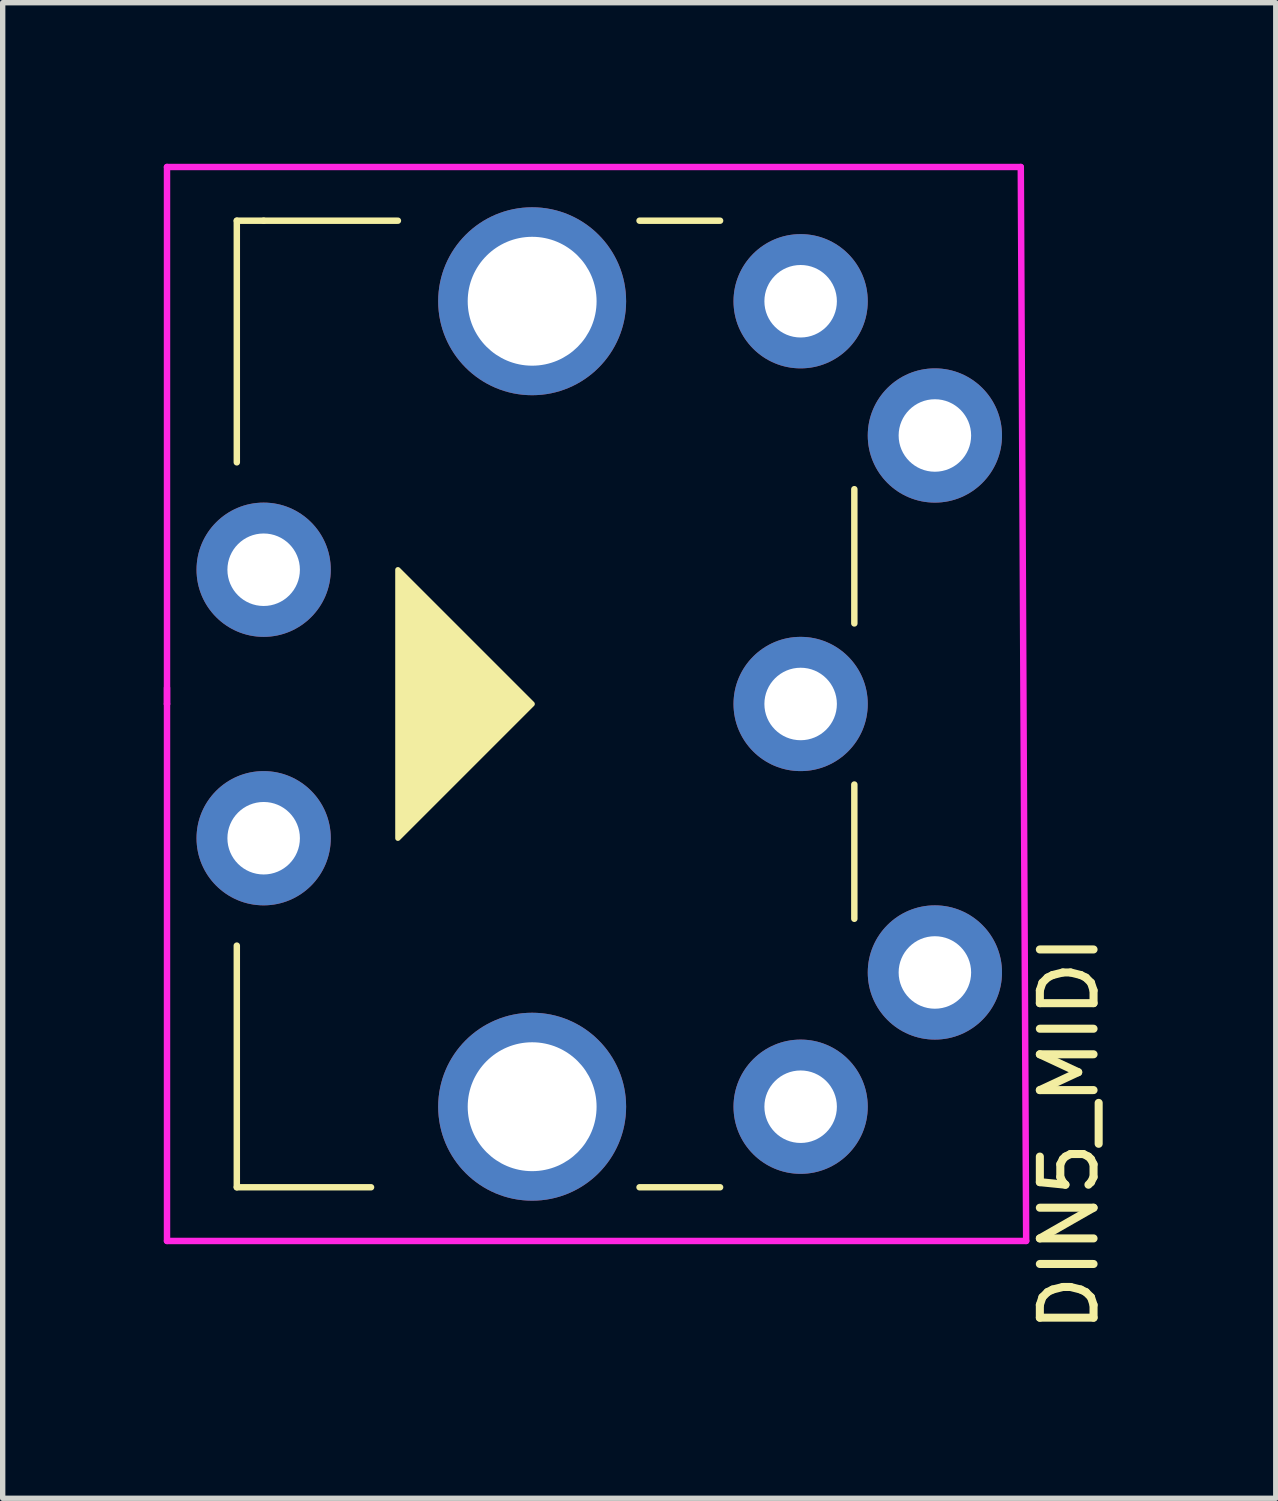
<source format=kicad_pcb>
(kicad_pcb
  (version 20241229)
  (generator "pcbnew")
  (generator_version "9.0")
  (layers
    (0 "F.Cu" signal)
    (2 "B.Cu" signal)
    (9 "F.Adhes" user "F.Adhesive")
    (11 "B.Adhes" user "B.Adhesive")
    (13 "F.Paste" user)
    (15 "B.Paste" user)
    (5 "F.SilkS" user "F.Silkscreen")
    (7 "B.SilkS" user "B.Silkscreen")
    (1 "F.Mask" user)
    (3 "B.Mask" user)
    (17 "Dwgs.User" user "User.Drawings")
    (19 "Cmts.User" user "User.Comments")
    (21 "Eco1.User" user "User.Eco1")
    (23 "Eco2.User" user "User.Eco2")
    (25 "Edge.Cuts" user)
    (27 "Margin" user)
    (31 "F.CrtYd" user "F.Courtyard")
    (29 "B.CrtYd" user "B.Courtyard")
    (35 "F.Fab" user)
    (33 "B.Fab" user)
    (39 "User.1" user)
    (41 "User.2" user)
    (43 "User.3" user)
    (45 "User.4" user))
  (footprint "DIN5_MIDI"
    (layer "F.Cu")
    (at 11.86 10.06)
    (property "Reference" "DIN5_MIDI" (at 5 8 90) (layer "F.SilkS") (effects (font (size 1 1) (thickness 0.15))))
    (attr through_hole)
    (fp_line (start -10.5 -9) (end -10.5 -4.5) (stroke (width 0.12) (type solid)) (layer "F.SilkS"))
    (fp_line (start -10.5 9) (end -10.5 4.5) (stroke (width 0.12) (type solid)) (layer "F.SilkS"))
    (fp_line (start -10.5 9) (end -8 9) (stroke (width 0.12) (type solid)) (layer "F.SilkS"))
    (fp_line (start -10 -9) (end -10.5 -9) (stroke (width 0.12) (type solid)) (layer "F.SilkS"))
    (fp_line (start -10 -9) (end -7.5 -9) (stroke (width 0.12) (type solid)) (layer "F.SilkS"))
    (fp_line (start -3 -9) (end -1.5 -9) (stroke (width 0.12) (type solid)) (layer "F.SilkS"))
    (fp_line (start -3 9) (end -1.5 9) (stroke (width 0.12) (type solid)) (layer "F.SilkS"))
    (fp_line (start 1 -4) (end 1 -1.5) (stroke (width 0.12) (type solid)) (layer "F.SilkS"))
    (fp_line (start 1 1.5) (end 1 4) (stroke (width 0.12) (type solid)) (layer "F.SilkS"))
    (fp_poly (pts (xy -5 0) (xy -7.5 2.5) (xy -7.5 -2.5)) (stroke (width 0.1) (type solid)) (fill yes) (layer "F.SilkS"))
    (fp_line (start -11.8 0) (end -11.8 -10) (stroke (width 0.12) (type solid)) (layer "F.CrtYd"))
    (fp_line (start -11.8 0) (end -11.8 -0.3) (stroke (width 0.12) (type solid)) (layer "F.CrtYd"))
    (fp_line (start -11.8 0) (end -11.8 10) (stroke (width 0.12) (type solid)) (layer "F.CrtYd"))
    (fp_line (start -11.8 10) (end 4.2 10) (stroke (width 0.12) (type solid)) (layer "F.CrtYd"))
    (fp_line (start 4.1 -10) (end -11.8 -10) (stroke (width 0.12) (type solid)) (layer "F.CrtYd"))
    (fp_line (start 4.2 10) (end 4.1 -10) (stroke (width 0.12) (type solid)) (layer "F.CrtYd"))
    (pad "" thru_hole circle (at -5 -7.5) (size 3.5 3.5) (drill 2.4) (layers "*.Cu" "*.Mask"))
    (pad "" thru_hole circle (at -5 7.5) (size 3.5 3.5) (drill 2.4) (layers "*.Cu" "*.Mask"))
    (pad "1" thru_hole circle (at 0 7.5) (size 2.5 2.5) (drill 1.35) (layers "*.Cu" "*.Mask"))
    (pad "2" thru_hole circle (at 0 0) (size 2.5 2.5) (drill 1.35) (layers "*.Cu" "*.Mask"))
    (pad "3" thru_hole circle (at 0 -7.5) (size 2.5 2.5) (drill 1.35) (layers "*.Cu" "*.Mask"))
    (pad "4" thru_hole circle (at 2.5 5) (size 2.5 2.5) (drill 1.35) (layers "*.Cu" "*.Mask"))
    (pad "5" thru_hole circle (at 2.5 -5) (size 2.5 2.5) (drill 1.35) (layers "*.Cu" "*.Mask"))
    (pad "G" thru_hole circle (at -10 -2.5) (size 2.5 2.5) (drill 1.35) (layers "*.Cu" "*.Mask"))
    (pad "G" thru_hole circle (at -10 2.5) (size 2.5 2.5) (drill 1.35) (layers "*.Cu" "*.Mask")))
  (gr_rect
    (start -3 -3)
    (end 20.708 24.852)
    (stroke (width 0.1) (type default))
    (fill no)
    (layer "Edge.Cuts")))
</source>
